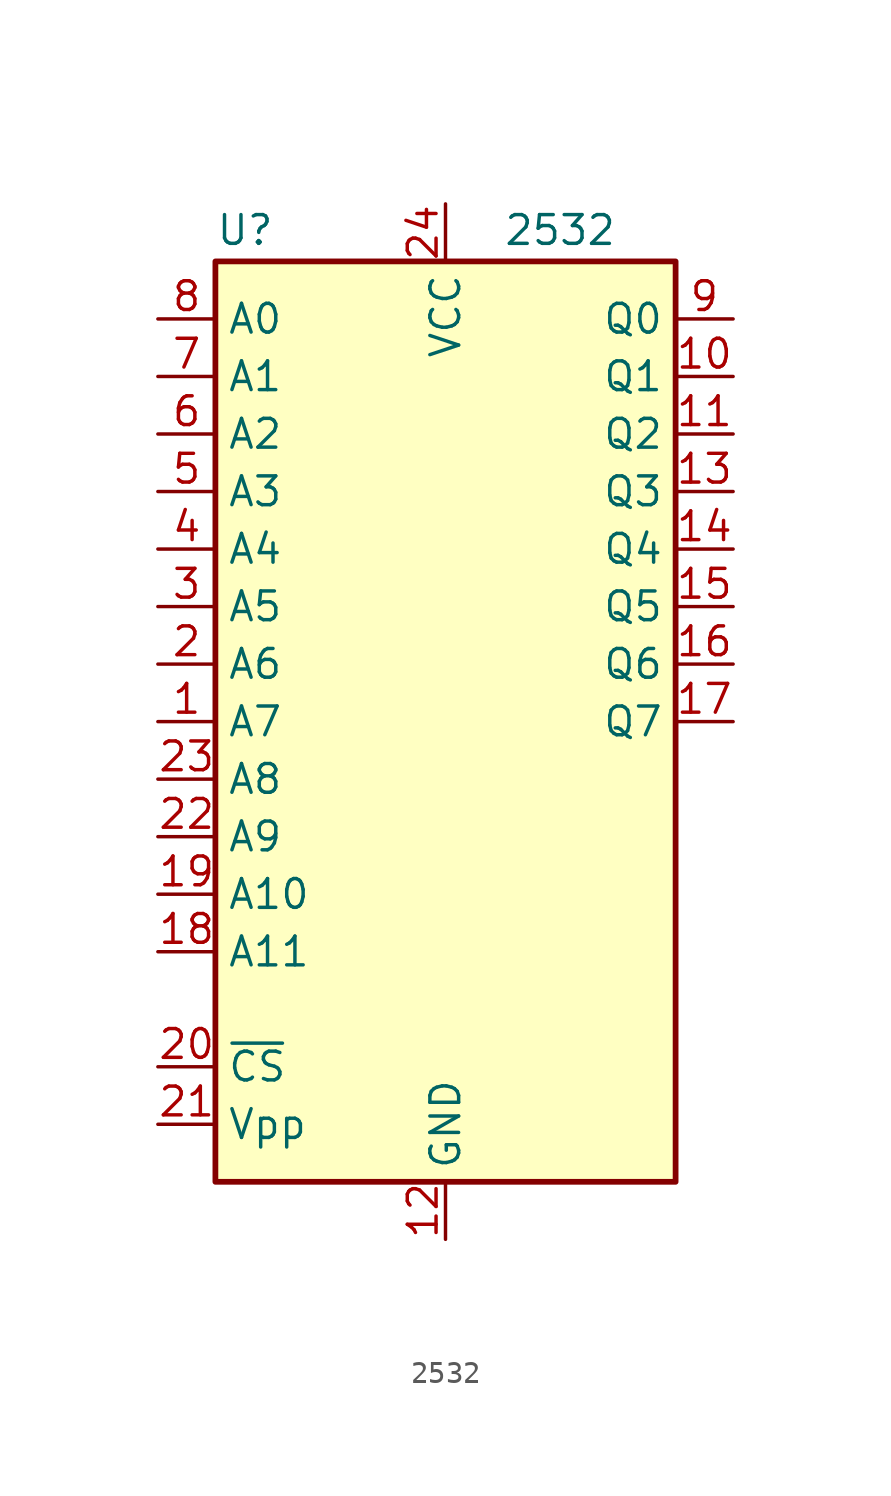
<source format=kicad_sym>
(kicad_symbol_lib
  (version 20220914)
  (generator kicad_symbol_editor)
  (symbol "2532"
    (property "Reference" "U"
      (at -10.16 20.955 0)
      (effects (font (size 1.27 1.27)) (justify left bottom)))
    (property "Value" "2532"
      (at 2.54 20.955 0)
      (effects (font (size 1.27 1.27)) (justify left bottom)))
    (symbol "2532_0_1"
      (rectangle (start -10.16 20.32) (end 10.16 -20.32) (stroke (width 0.254) (type default)) (fill (type background))))
    (symbol "2532_1_0"
      (pin power_in line (at 0 -22.86 90) (length 2.54) (name "GND" (effects (font (size 1.27 1.27)))) (number "12" (effects (font (size 1.27 1.27)))))
      (pin power_in line (at 0 22.86 270) (length 2.54) (name "VCC" (effects (font (size 1.27 1.27)))) (number "24" (effects (font (size 1.27 1.27))))))
    (symbol "2532_1_1"
      (pin input line (at -12.7 0 0) (length 2.54) (name "A7" (effects (font (size 1.27 1.27)))) (number "1" (effects (font (size 1.27 1.27)))))
      (pin tri_state line (at 12.7 15.24 180) (length 2.54) (name "Q1" (effects (font (size 1.27 1.27)))) (number "10" (effects (font (size 1.27 1.27)))))
      (pin tri_state line (at 12.7 12.7 180) (length 2.54) (name "Q2" (effects (font (size 1.27 1.27)))) (number "11" (effects (font (size 1.27 1.27)))))
      (pin tri_state line (at 12.7 10.16 180) (length 2.54) (name "Q3" (effects (font (size 1.27 1.27)))) (number "13" (effects (font (size 1.27 1.27)))))
      (pin tri_state line (at 12.7 7.62 180) (length 2.54) (name "Q4" (effects (font (size 1.27 1.27)))) (number "14" (effects (font (size 1.27 1.27)))))
      (pin tri_state line (at 12.7 5.08 180) (length 2.54) (name "Q5" (effects (font (size 1.27 1.27)))) (number "15" (effects (font (size 1.27 1.27)))))
      (pin tri_state line (at 12.7 2.54 180) (length 2.54) (name "Q6" (effects (font (size 1.27 1.27)))) (number "16" (effects (font (size 1.27 1.27)))))
      (pin tri_state line (at 12.7 0 180) (length 2.54) (name "Q7" (effects (font (size 1.27 1.27)))) (number "17" (effects (font (size 1.27 1.27)))))
      (pin input line (at -12.7 -10.16 0) (length 2.54) (name "A11" (effects (font (size 1.27 1.27)))) (number "18" (effects (font (size 1.27 1.27)))))
      (pin input line (at -12.7 -7.62 0) (length 2.54) (name "A10" (effects (font (size 1.27 1.27)))) (number "19" (effects (font (size 1.27 1.27)))))
      (pin input line (at -12.7 2.54 0) (length 2.54) (name "A6" (effects (font (size 1.27 1.27)))) (number "2" (effects (font (size 1.27 1.27)))))
      (pin input line (at -12.7 -15.24 0) (length 2.54) (name "~{CS}" (effects (font (size 1.27 1.27)))) (number "20" (effects (font (size 1.27 1.27)))))
      (pin input line (at -12.7 -17.78 0) (length 2.54) (name "Vpp" (effects (font (size 1.27 1.27)))) (number "21" (effects (font (size 1.27 1.27)))))
      (pin input line (at -12.7 -5.08 0) (length 2.54) (name "A9" (effects (font (size 1.27 1.27)))) (number "22" (effects (font (size 1.27 1.27)))))
      (pin input line (at -12.7 -2.54 0) (length 2.54) (name "A8" (effects (font (size 1.27 1.27)))) (number "23" (effects (font (size 1.27 1.27)))))
      (pin input line (at -12.7 5.08 0) (length 2.54) (name "A5" (effects (font (size 1.27 1.27)))) (number "3" (effects (font (size 1.27 1.27)))))
      (pin input line (at -12.7 7.62 0) (length 2.54) (name "A4" (effects (font (size 1.27 1.27)))) (number "4" (effects (font (size 1.27 1.27)))))
      (pin input line (at -12.7 10.16 0) (length 2.54) (name "A3" (effects (font (size 1.27 1.27)))) (number "5" (effects (font (size 1.27 1.27)))))
      (pin input line (at -12.7 12.7 0) (length 2.54) (name "A2" (effects (font (size 1.27 1.27)))) (number "6" (effects (font (size 1.27 1.27)))))
      (pin input line (at -12.7 15.24 0) (length 2.54) (name "A1" (effects (font (size 1.27 1.27)))) (number "7" (effects (font (size 1.27 1.27)))))
      (pin input line (at -12.7 17.78 0) (length 2.54) (name "A0" (effects (font (size 1.27 1.27)))) (number "8" (effects (font (size 1.27 1.27)))))
      (pin tri_state line (at 12.7 17.78 180) (length 2.54) (name "Q0" (effects (font (size 1.27 1.27)))) (number "9" (effects (font (size 1.27 1.27))))))))
</source>
